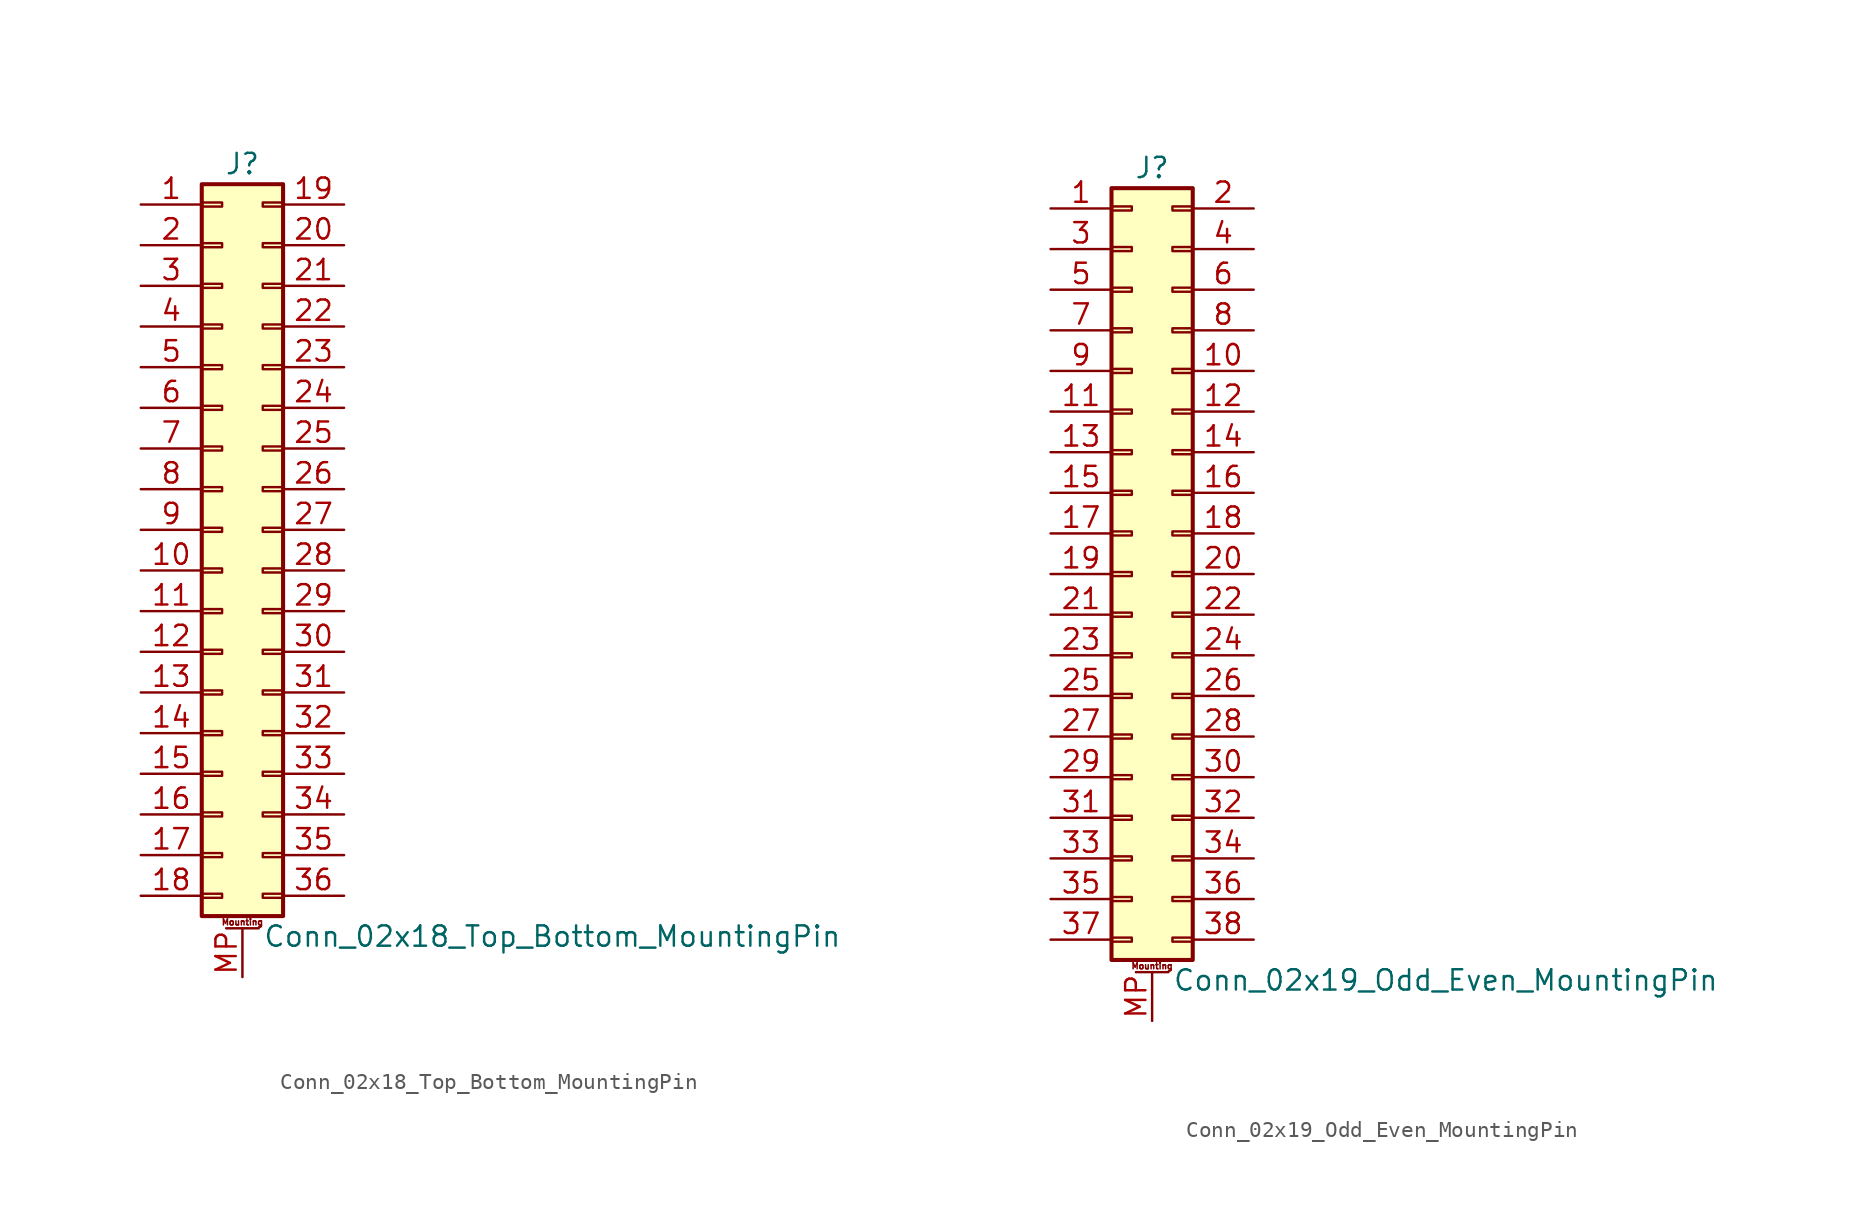
<source format=kicad_sym>
(kicad_symbol_lib
  (version 20201005)
  (generator kicad_symbol_editor)
  (symbol "Conn_02x18_Top_Bottom_MountingPin"
    (pin_names
      (offset 1.016) hide)
    (property "Reference" "J"
      (at 1.27 22.86 0)
      (effects (font (size 1.27 1.27))))
    (property "Value" "Conn_02x18_Top_Bottom_MountingPin"
      (at 2.54 -25.4 0)
      (effects (font (size 1.27 1.27)) (justify left)))
    (symbol "Conn_02x18_Top_Bottom_MountingPin_1_1"
      (text "Mounting" (at 1.27 -24.511 0) (effects (font (size 0.381 0.381))))
      (rectangle (start -1.27 -22.733) (end 0 -22.987) (stroke (width 0.152)) (fill (type none)))
      (rectangle (start -1.27 -20.193) (end 0 -20.447) (stroke (width 0.152)) (fill (type none)))
      (rectangle (start -1.27 -17.653) (end 0 -17.907) (stroke (width 0.152)) (fill (type none)))
      (rectangle (start -1.27 -15.113) (end 0 -15.367) (stroke (width 0.152)) (fill (type none)))
      (rectangle (start -1.27 -12.573) (end 0 -12.827) (stroke (width 0.152)) (fill (type none)))
      (rectangle (start -1.27 -10.033) (end 0 -10.287) (stroke (width 0.152)) (fill (type none)))
      (rectangle (start -1.27 -7.493) (end 0 -7.747) (stroke (width 0.152)) (fill (type none)))
      (rectangle (start -1.27 -4.953) (end 0 -5.207) (stroke (width 0.152)) (fill (type none)))
      (rectangle (start -1.27 -2.413) (end 0 -2.667) (stroke (width 0.152)) (fill (type none)))
      (rectangle (start -1.27 0.127) (end 0 -0.127) (stroke (width 0.152)) (fill (type none)))
      (rectangle (start -1.27 2.667) (end 0 2.413) (stroke (width 0.152)) (fill (type none)))
      (rectangle (start -1.27 5.207) (end 0 4.953) (stroke (width 0.152)) (fill (type none)))
      (rectangle (start -1.27 7.747) (end 0 7.493) (stroke (width 0.152)) (fill (type none)))
      (rectangle (start -1.27 10.287) (end 0 10.033) (stroke (width 0.152)) (fill (type none)))
      (rectangle (start -1.27 12.827) (end 0 12.573) (stroke (width 0.152)) (fill (type none)))
      (rectangle (start -1.27 15.367) (end 0 15.113) (stroke (width 0.152)) (fill (type none)))
      (rectangle (start -1.27 17.907) (end 0 17.653) (stroke (width 0.152)) (fill (type none)))
      (rectangle (start -1.27 20.447) (end 0 20.193) (stroke (width 0.152)) (fill (type none)))
      (rectangle (start -1.27 21.59) (end 3.81 -24.13) (stroke (width 0.254)) (fill (type background)))
      (rectangle (start 3.81 -22.733) (end 2.54 -22.987) (stroke (width 0.152)) (fill (type none)))
      (rectangle (start 3.81 -20.193) (end 2.54 -20.447) (stroke (width 0.152)) (fill (type none)))
      (rectangle (start 3.81 -17.653) (end 2.54 -17.907) (stroke (width 0.152)) (fill (type none)))
      (rectangle (start 3.81 -15.113) (end 2.54 -15.367) (stroke (width 0.152)) (fill (type none)))
      (rectangle (start 3.81 -12.573) (end 2.54 -12.827) (stroke (width 0.152)) (fill (type none)))
      (rectangle (start 3.81 -10.033) (end 2.54 -10.287) (stroke (width 0.152)) (fill (type none)))
      (rectangle (start 3.81 -7.493) (end 2.54 -7.747) (stroke (width 0.152)) (fill (type none)))
      (rectangle (start 3.81 -4.953) (end 2.54 -5.207) (stroke (width 0.152)) (fill (type none)))
      (rectangle (start 3.81 -2.413) (end 2.54 -2.667) (stroke (width 0.152)) (fill (type none)))
      (rectangle (start 3.81 0.127) (end 2.54 -0.127) (stroke (width 0.152)) (fill (type none)))
      (rectangle (start 3.81 2.667) (end 2.54 2.413) (stroke (width 0.152)) (fill (type none)))
      (rectangle (start 3.81 5.207) (end 2.54 4.953) (stroke (width 0.152)) (fill (type none)))
      (rectangle (start 3.81 7.747) (end 2.54 7.493) (stroke (width 0.152)) (fill (type none)))
      (rectangle (start 3.81 10.287) (end 2.54 10.033) (stroke (width 0.152)) (fill (type none)))
      (rectangle (start 3.81 12.827) (end 2.54 12.573) (stroke (width 0.152)) (fill (type none)))
      (rectangle (start 3.81 15.367) (end 2.54 15.113) (stroke (width 0.152)) (fill (type none)))
      (rectangle (start 3.81 17.907) (end 2.54 17.653) (stroke (width 0.152)) (fill (type none)))
      (rectangle (start 3.81 20.447) (end 2.54 20.193) (stroke (width 0.152)) (fill (type none)))
      (polyline (pts (xy 0.254 -24.892) (xy 2.286 -24.892)) (stroke (width 0.152)) (fill (type none)))
      (pin passive line (at -5.08 20.32 0) (length 3.81) (name "Pin_1" (effects (font (size 1.27 1.27)))) (number "1" (effects (font (size 1.27 1.27)))))
      (pin passive line (at -5.08 -2.54 0) (length 3.81) (name "Pin_10" (effects (font (size 1.27 1.27)))) (number "10" (effects (font (size 1.27 1.27)))))
      (pin passive line (at -5.08 -5.08 0) (length 3.81) (name "Pin_11" (effects (font (size 1.27 1.27)))) (number "11" (effects (font (size 1.27 1.27)))))
      (pin passive line (at -5.08 -7.62 0) (length 3.81) (name "Pin_12" (effects (font (size 1.27 1.27)))) (number "12" (effects (font (size 1.27 1.27)))))
      (pin passive line (at -5.08 -10.16 0) (length 3.81) (name "Pin_13" (effects (font (size 1.27 1.27)))) (number "13" (effects (font (size 1.27 1.27)))))
      (pin passive line (at -5.08 -12.7 0) (length 3.81) (name "Pin_14" (effects (font (size 1.27 1.27)))) (number "14" (effects (font (size 1.27 1.27)))))
      (pin passive line (at -5.08 -15.24 0) (length 3.81) (name "Pin_15" (effects (font (size 1.27 1.27)))) (number "15" (effects (font (size 1.27 1.27)))))
      (pin passive line (at -5.08 -17.78 0) (length 3.81) (name "Pin_16" (effects (font (size 1.27 1.27)))) (number "16" (effects (font (size 1.27 1.27)))))
      (pin passive line (at -5.08 -20.32 0) (length 3.81) (name "Pin_17" (effects (font (size 1.27 1.27)))) (number "17" (effects (font (size 1.27 1.27)))))
      (pin passive line (at -5.08 -22.86 0) (length 3.81) (name "Pin_18" (effects (font (size 1.27 1.27)))) (number "18" (effects (font (size 1.27 1.27)))))
      (pin passive line (at 7.62 20.32 180) (length 3.81) (name "Pin_19" (effects (font (size 1.27 1.27)))) (number "19" (effects (font (size 1.27 1.27)))))
      (pin passive line (at -5.08 17.78 0) (length 3.81) (name "Pin_2" (effects (font (size 1.27 1.27)))) (number "2" (effects (font (size 1.27 1.27)))))
      (pin passive line (at 7.62 17.78 180) (length 3.81) (name "Pin_20" (effects (font (size 1.27 1.27)))) (number "20" (effects (font (size 1.27 1.27)))))
      (pin passive line (at 7.62 15.24 180) (length 3.81) (name "Pin_21" (effects (font (size 1.27 1.27)))) (number "21" (effects (font (size 1.27 1.27)))))
      (pin passive line (at 7.62 12.7 180) (length 3.81) (name "Pin_22" (effects (font (size 1.27 1.27)))) (number "22" (effects (font (size 1.27 1.27)))))
      (pin passive line (at 7.62 10.16 180) (length 3.81) (name "Pin_23" (effects (font (size 1.27 1.27)))) (number "23" (effects (font (size 1.27 1.27)))))
      (pin passive line (at 7.62 7.62 180) (length 3.81) (name "Pin_24" (effects (font (size 1.27 1.27)))) (number "24" (effects (font (size 1.27 1.27)))))
      (pin passive line (at 7.62 5.08 180) (length 3.81) (name "Pin_25" (effects (font (size 1.27 1.27)))) (number "25" (effects (font (size 1.27 1.27)))))
      (pin passive line (at 7.62 2.54 180) (length 3.81) (name "Pin_26" (effects (font (size 1.27 1.27)))) (number "26" (effects (font (size 1.27 1.27)))))
      (pin passive line (at 7.62 0 180) (length 3.81) (name "Pin_27" (effects (font (size 1.27 1.27)))) (number "27" (effects (font (size 1.27 1.27)))))
      (pin passive line (at 7.62 -2.54 180) (length 3.81) (name "Pin_28" (effects (font (size 1.27 1.27)))) (number "28" (effects (font (size 1.27 1.27)))))
      (pin passive line (at 7.62 -5.08 180) (length 3.81) (name "Pin_29" (effects (font (size 1.27 1.27)))) (number "29" (effects (font (size 1.27 1.27)))))
      (pin passive line (at -5.08 15.24 0) (length 3.81) (name "Pin_3" (effects (font (size 1.27 1.27)))) (number "3" (effects (font (size 1.27 1.27)))))
      (pin passive line (at 7.62 -7.62 180) (length 3.81) (name "Pin_30" (effects (font (size 1.27 1.27)))) (number "30" (effects (font (size 1.27 1.27)))))
      (pin passive line (at 7.62 -10.16 180) (length 3.81) (name "Pin_31" (effects (font (size 1.27 1.27)))) (number "31" (effects (font (size 1.27 1.27)))))
      (pin passive line (at 7.62 -12.7 180) (length 3.81) (name "Pin_32" (effects (font (size 1.27 1.27)))) (number "32" (effects (font (size 1.27 1.27)))))
      (pin passive line (at 7.62 -15.24 180) (length 3.81) (name "Pin_33" (effects (font (size 1.27 1.27)))) (number "33" (effects (font (size 1.27 1.27)))))
      (pin passive line (at 7.62 -17.78 180) (length 3.81) (name "Pin_34" (effects (font (size 1.27 1.27)))) (number "34" (effects (font (size 1.27 1.27)))))
      (pin passive line (at 7.62 -20.32 180) (length 3.81) (name "Pin_35" (effects (font (size 1.27 1.27)))) (number "35" (effects (font (size 1.27 1.27)))))
      (pin passive line (at 7.62 -22.86 180) (length 3.81) (name "Pin_36" (effects (font (size 1.27 1.27)))) (number "36" (effects (font (size 1.27 1.27)))))
      (pin passive line (at -5.08 12.7 0) (length 3.81) (name "Pin_4" (effects (font (size 1.27 1.27)))) (number "4" (effects (font (size 1.27 1.27)))))
      (pin passive line (at -5.08 10.16 0) (length 3.81) (name "Pin_5" (effects (font (size 1.27 1.27)))) (number "5" (effects (font (size 1.27 1.27)))))
      (pin passive line (at -5.08 7.62 0) (length 3.81) (name "Pin_6" (effects (font (size 1.27 1.27)))) (number "6" (effects (font (size 1.27 1.27)))))
      (pin passive line (at -5.08 5.08 0) (length 3.81) (name "Pin_7" (effects (font (size 1.27 1.27)))) (number "7" (effects (font (size 1.27 1.27)))))
      (pin passive line (at -5.08 2.54 0) (length 3.81) (name "Pin_8" (effects (font (size 1.27 1.27)))) (number "8" (effects (font (size 1.27 1.27)))))
      (pin passive line (at -5.08 0 0) (length 3.81) (name "Pin_9" (effects (font (size 1.27 1.27)))) (number "9" (effects (font (size 1.27 1.27)))))
      (pin passive line (at 1.27 -27.94 90) (length 3.048) (name "MountPin" (effects (font (size 1.27 1.27)))) (number "MP" (effects (font (size 1.27 1.27)))))))
  (symbol "Conn_02x19_Odd_Even_MountingPin"
    (pin_names
      (offset 1.016) hide)
    (property "Reference" "J"
      (at 1.27 25.4 0)
      (effects (font (size 1.27 1.27))))
    (property "Value" "Conn_02x19_Odd_Even_MountingPin"
      (at 2.54 -25.4 0)
      (effects (font (size 1.27 1.27)) (justify left)))
    (symbol "Conn_02x19_Odd_Even_MountingPin_1_1"
      (text "Mounting" (at 1.27 -24.511 0) (effects (font (size 0.381 0.381))))
      (rectangle (start -1.27 -22.733) (end 0 -22.987) (stroke (width 0.152)) (fill (type none)))
      (rectangle (start -1.27 -20.193) (end 0 -20.447) (stroke (width 0.152)) (fill (type none)))
      (rectangle (start -1.27 -17.653) (end 0 -17.907) (stroke (width 0.152)) (fill (type none)))
      (rectangle (start -1.27 -15.113) (end 0 -15.367) (stroke (width 0.152)) (fill (type none)))
      (rectangle (start -1.27 -12.573) (end 0 -12.827) (stroke (width 0.152)) (fill (type none)))
      (rectangle (start -1.27 -10.033) (end 0 -10.287) (stroke (width 0.152)) (fill (type none)))
      (rectangle (start -1.27 -7.493) (end 0 -7.747) (stroke (width 0.152)) (fill (type none)))
      (rectangle (start -1.27 -4.953) (end 0 -5.207) (stroke (width 0.152)) (fill (type none)))
      (rectangle (start -1.27 -2.413) (end 0 -2.667) (stroke (width 0.152)) (fill (type none)))
      (rectangle (start -1.27 0.127) (end 0 -0.127) (stroke (width 0.152)) (fill (type none)))
      (rectangle (start -1.27 2.667) (end 0 2.413) (stroke (width 0.152)) (fill (type none)))
      (rectangle (start -1.27 5.207) (end 0 4.953) (stroke (width 0.152)) (fill (type none)))
      (rectangle (start -1.27 7.747) (end 0 7.493) (stroke (width 0.152)) (fill (type none)))
      (rectangle (start -1.27 10.287) (end 0 10.033) (stroke (width 0.152)) (fill (type none)))
      (rectangle (start -1.27 12.827) (end 0 12.573) (stroke (width 0.152)) (fill (type none)))
      (rectangle (start -1.27 15.367) (end 0 15.113) (stroke (width 0.152)) (fill (type none)))
      (rectangle (start -1.27 17.907) (end 0 17.653) (stroke (width 0.152)) (fill (type none)))
      (rectangle (start -1.27 20.447) (end 0 20.193) (stroke (width 0.152)) (fill (type none)))
      (rectangle (start -1.27 22.987) (end 0 22.733) (stroke (width 0.152)) (fill (type none)))
      (rectangle (start -1.27 24.13) (end 3.81 -24.13) (stroke (width 0.254)) (fill (type background)))
      (rectangle (start 3.81 -22.733) (end 2.54 -22.987) (stroke (width 0.152)) (fill (type none)))
      (rectangle (start 3.81 -20.193) (end 2.54 -20.447) (stroke (width 0.152)) (fill (type none)))
      (rectangle (start 3.81 -17.653) (end 2.54 -17.907) (stroke (width 0.152)) (fill (type none)))
      (rectangle (start 3.81 -15.113) (end 2.54 -15.367) (stroke (width 0.152)) (fill (type none)))
      (rectangle (start 3.81 -12.573) (end 2.54 -12.827) (stroke (width 0.152)) (fill (type none)))
      (rectangle (start 3.81 -10.033) (end 2.54 -10.287) (stroke (width 0.152)) (fill (type none)))
      (rectangle (start 3.81 -7.493) (end 2.54 -7.747) (stroke (width 0.152)) (fill (type none)))
      (rectangle (start 3.81 -4.953) (end 2.54 -5.207) (stroke (width 0.152)) (fill (type none)))
      (rectangle (start 3.81 -2.413) (end 2.54 -2.667) (stroke (width 0.152)) (fill (type none)))
      (rectangle (start 3.81 0.127) (end 2.54 -0.127) (stroke (width 0.152)) (fill (type none)))
      (rectangle (start 3.81 2.667) (end 2.54 2.413) (stroke (width 0.152)) (fill (type none)))
      (rectangle (start 3.81 5.207) (end 2.54 4.953) (stroke (width 0.152)) (fill (type none)))
      (rectangle (start 3.81 7.747) (end 2.54 7.493) (stroke (width 0.152)) (fill (type none)))
      (rectangle (start 3.81 10.287) (end 2.54 10.033) (stroke (width 0.152)) (fill (type none)))
      (rectangle (start 3.81 12.827) (end 2.54 12.573) (stroke (width 0.152)) (fill (type none)))
      (rectangle (start 3.81 15.367) (end 2.54 15.113) (stroke (width 0.152)) (fill (type none)))
      (rectangle (start 3.81 17.907) (end 2.54 17.653) (stroke (width 0.152)) (fill (type none)))
      (rectangle (start 3.81 20.447) (end 2.54 20.193) (stroke (width 0.152)) (fill (type none)))
      (rectangle (start 3.81 22.987) (end 2.54 22.733) (stroke (width 0.152)) (fill (type none)))
      (polyline (pts (xy 0.254 -24.892) (xy 2.286 -24.892)) (stroke (width 0.152)) (fill (type none)))
      (pin passive line (at -5.08 22.86 0) (length 3.81) (name "Pin_1" (effects (font (size 1.27 1.27)))) (number "1" (effects (font (size 1.27 1.27)))))
      (pin passive line (at 7.62 12.7 180) (length 3.81) (name "Pin_10" (effects (font (size 1.27 1.27)))) (number "10" (effects (font (size 1.27 1.27)))))
      (pin passive line (at -5.08 10.16 0) (length 3.81) (name "Pin_11" (effects (font (size 1.27 1.27)))) (number "11" (effects (font (size 1.27 1.27)))))
      (pin passive line (at 7.62 10.16 180) (length 3.81) (name "Pin_12" (effects (font (size 1.27 1.27)))) (number "12" (effects (font (size 1.27 1.27)))))
      (pin passive line (at -5.08 7.62 0) (length 3.81) (name "Pin_13" (effects (font (size 1.27 1.27)))) (number "13" (effects (font (size 1.27 1.27)))))
      (pin passive line (at 7.62 7.62 180) (length 3.81) (name "Pin_14" (effects (font (size 1.27 1.27)))) (number "14" (effects (font (size 1.27 1.27)))))
      (pin passive line (at -5.08 5.08 0) (length 3.81) (name "Pin_15" (effects (font (size 1.27 1.27)))) (number "15" (effects (font (size 1.27 1.27)))))
      (pin passive line (at 7.62 5.08 180) (length 3.81) (name "Pin_16" (effects (font (size 1.27 1.27)))) (number "16" (effects (font (size 1.27 1.27)))))
      (pin passive line (at -5.08 2.54 0) (length 3.81) (name "Pin_17" (effects (font (size 1.27 1.27)))) (number "17" (effects (font (size 1.27 1.27)))))
      (pin passive line (at 7.62 2.54 180) (length 3.81) (name "Pin_18" (effects (font (size 1.27 1.27)))) (number "18" (effects (font (size 1.27 1.27)))))
      (pin passive line (at -5.08 0 0) (length 3.81) (name "Pin_19" (effects (font (size 1.27 1.27)))) (number "19" (effects (font (size 1.27 1.27)))))
      (pin passive line (at 7.62 22.86 180) (length 3.81) (name "Pin_2" (effects (font (size 1.27 1.27)))) (number "2" (effects (font (size 1.27 1.27)))))
      (pin passive line (at 7.62 0 180) (length 3.81) (name "Pin_20" (effects (font (size 1.27 1.27)))) (number "20" (effects (font (size 1.27 1.27)))))
      (pin passive line (at -5.08 -2.54 0) (length 3.81) (name "Pin_21" (effects (font (size 1.27 1.27)))) (number "21" (effects (font (size 1.27 1.27)))))
      (pin passive line (at 7.62 -2.54 180) (length 3.81) (name "Pin_22" (effects (font (size 1.27 1.27)))) (number "22" (effects (font (size 1.27 1.27)))))
      (pin passive line (at -5.08 -5.08 0) (length 3.81) (name "Pin_23" (effects (font (size 1.27 1.27)))) (number "23" (effects (font (size 1.27 1.27)))))
      (pin passive line (at 7.62 -5.08 180) (length 3.81) (name "Pin_24" (effects (font (size 1.27 1.27)))) (number "24" (effects (font (size 1.27 1.27)))))
      (pin passive line (at -5.08 -7.62 0) (length 3.81) (name "Pin_25" (effects (font (size 1.27 1.27)))) (number "25" (effects (font (size 1.27 1.27)))))
      (pin passive line (at 7.62 -7.62 180) (length 3.81) (name "Pin_26" (effects (font (size 1.27 1.27)))) (number "26" (effects (font (size 1.27 1.27)))))
      (pin passive line (at -5.08 -10.16 0) (length 3.81) (name "Pin_27" (effects (font (size 1.27 1.27)))) (number "27" (effects (font (size 1.27 1.27)))))
      (pin passive line (at 7.62 -10.16 180) (length 3.81) (name "Pin_28" (effects (font (size 1.27 1.27)))) (number "28" (effects (font (size 1.27 1.27)))))
      (pin passive line (at -5.08 -12.7 0) (length 3.81) (name "Pin_29" (effects (font (size 1.27 1.27)))) (number "29" (effects (font (size 1.27 1.27)))))
      (pin passive line (at -5.08 20.32 0) (length 3.81) (name "Pin_3" (effects (font (size 1.27 1.27)))) (number "3" (effects (font (size 1.27 1.27)))))
      (pin passive line (at 7.62 -12.7 180) (length 3.81) (name "Pin_30" (effects (font (size 1.27 1.27)))) (number "30" (effects (font (size 1.27 1.27)))))
      (pin passive line (at -5.08 -15.24 0) (length 3.81) (name "Pin_31" (effects (font (size 1.27 1.27)))) (number "31" (effects (font (size 1.27 1.27)))))
      (pin passive line (at 7.62 -15.24 180) (length 3.81) (name "Pin_32" (effects (font (size 1.27 1.27)))) (number "32" (effects (font (size 1.27 1.27)))))
      (pin passive line (at -5.08 -17.78 0) (length 3.81) (name "Pin_33" (effects (font (size 1.27 1.27)))) (number "33" (effects (font (size 1.27 1.27)))))
      (pin passive line (at 7.62 -17.78 180) (length 3.81) (name "Pin_34" (effects (font (size 1.27 1.27)))) (number "34" (effects (font (size 1.27 1.27)))))
      (pin passive line (at -5.08 -20.32 0) (length 3.81) (name "Pin_35" (effects (font (size 1.27 1.27)))) (number "35" (effects (font (size 1.27 1.27)))))
      (pin passive line (at 7.62 -20.32 180) (length 3.81) (name "Pin_36" (effects (font (size 1.27 1.27)))) (number "36" (effects (font (size 1.27 1.27)))))
      (pin passive line (at -5.08 -22.86 0) (length 3.81) (name "Pin_37" (effects (font (size 1.27 1.27)))) (number "37" (effects (font (size 1.27 1.27)))))
      (pin passive line (at 7.62 -22.86 180) (length 3.81) (name "Pin_38" (effects (font (size 1.27 1.27)))) (number "38" (effects (font (size 1.27 1.27)))))
      (pin passive line (at 7.62 20.32 180) (length 3.81) (name "Pin_4" (effects (font (size 1.27 1.27)))) (number "4" (effects (font (size 1.27 1.27)))))
      (pin passive line (at -5.08 17.78 0) (length 3.81) (name "Pin_5" (effects (font (size 1.27 1.27)))) (number "5" (effects (font (size 1.27 1.27)))))
      (pin passive line (at 7.62 17.78 180) (length 3.81) (name "Pin_6" (effects (font (size 1.27 1.27)))) (number "6" (effects (font (size 1.27 1.27)))))
      (pin passive line (at -5.08 15.24 0) (length 3.81) (name "Pin_7" (effects (font (size 1.27 1.27)))) (number "7" (effects (font (size 1.27 1.27)))))
      (pin passive line (at 7.62 15.24 180) (length 3.81) (name "Pin_8" (effects (font (size 1.27 1.27)))) (number "8" (effects (font (size 1.27 1.27)))))
      (pin passive line (at -5.08 12.7 0) (length 3.81) (name "Pin_9" (effects (font (size 1.27 1.27)))) (number "9" (effects (font (size 1.27 1.27)))))
      (pin passive line (at 1.27 -27.94 90) (length 3.048) (name "MountPin" (effects (font (size 1.27 1.27)))) (number "MP" (effects (font (size 1.27 1.27))))))))
</source>
